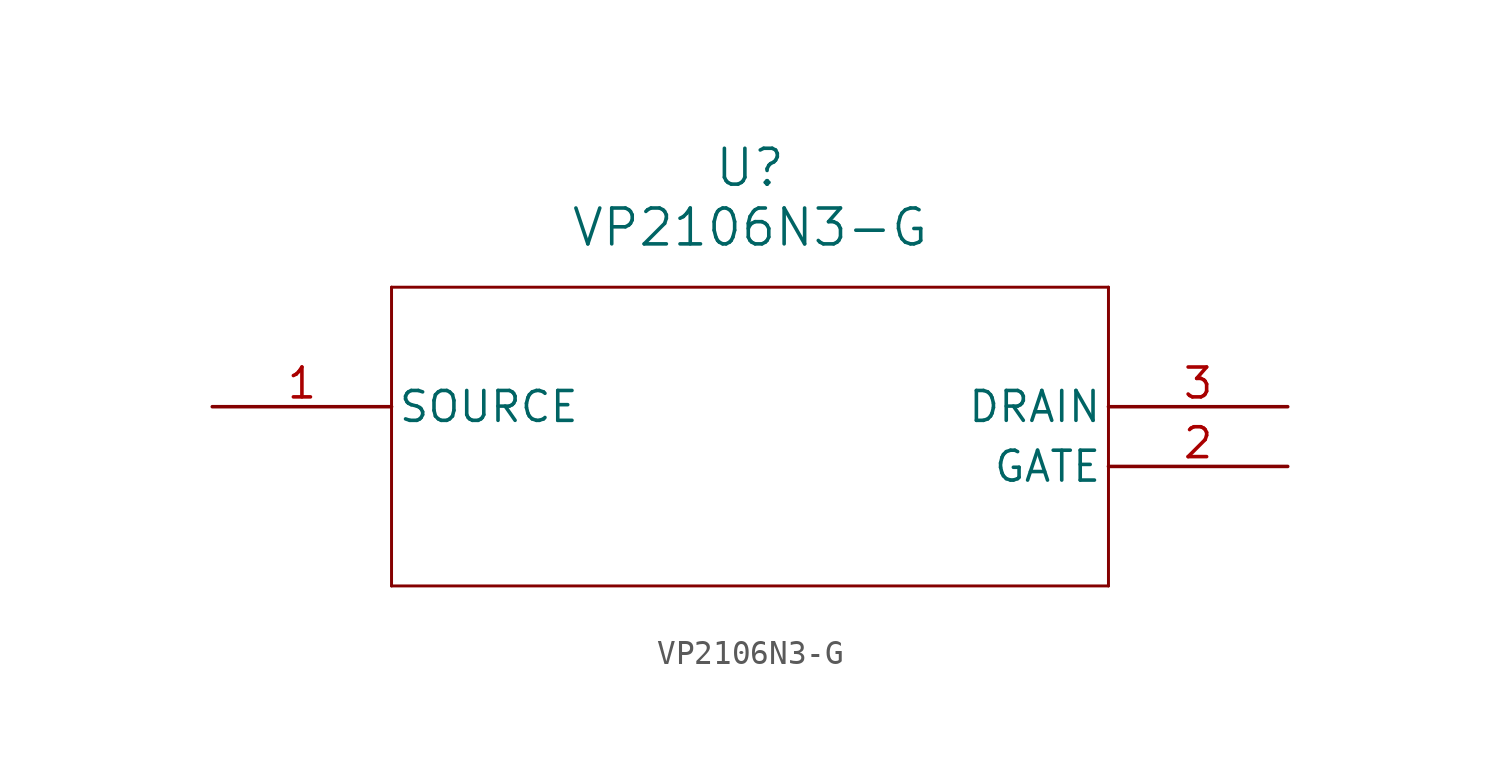
<source format=kicad_sym>
(kicad_symbol_lib
  (version 20211014)
  (generator kicad_symbol_editor)
  (symbol "VP2106N3-G"
    (pin_names
      (offset 0.254))
    (property "Reference" "U"
      (at 22.86 10.16 0)
      (effects (font (size 1.524 1.524))))
    (property "Value" "VP2106N3-G"
      (at 22.86 7.62 0)
      (effects (font (size 1.524 1.524))))
    (symbol "VP2106N3-G_0_1"
      (polyline (pts (xy 7.62 5.08) (xy 7.62 -7.62)) (stroke (width 0.127) (type default) (color 0 0 0 0)) (fill (type none)))
      (polyline (pts (xy 7.62 -7.62) (xy 38.1 -7.62)) (stroke (width 0.127) (type default) (color 0 0 0 0)) (fill (type none)))
      (polyline (pts (xy 38.1 -7.62) (xy 38.1 5.08)) (stroke (width 0.127) (type default) (color 0 0 0 0)) (fill (type none)))
      (polyline (pts (xy 38.1 5.08) (xy 7.62 5.08)) (stroke (width 0.127) (type default) (color 0 0 0 0)) (fill (type none)))
      (pin unspecified line (at 0 0 0) (length 7.62) (name "SOURCE" (effects (font (size 1.27 1.27)))) (number "1" (effects (font (size 1.27 1.27)))))
      (pin unspecified line (at 45.72 -2.54 180) (length 7.62) (name "GATE" (effects (font (size 1.27 1.27)))) (number "2" (effects (font (size 1.27 1.27)))))
      (pin unspecified line (at 45.72 0 180) (length 7.62) (name "DRAIN" (effects (font (size 1.27 1.27)))) (number "3" (effects (font (size 1.27 1.27))))))))
</source>
